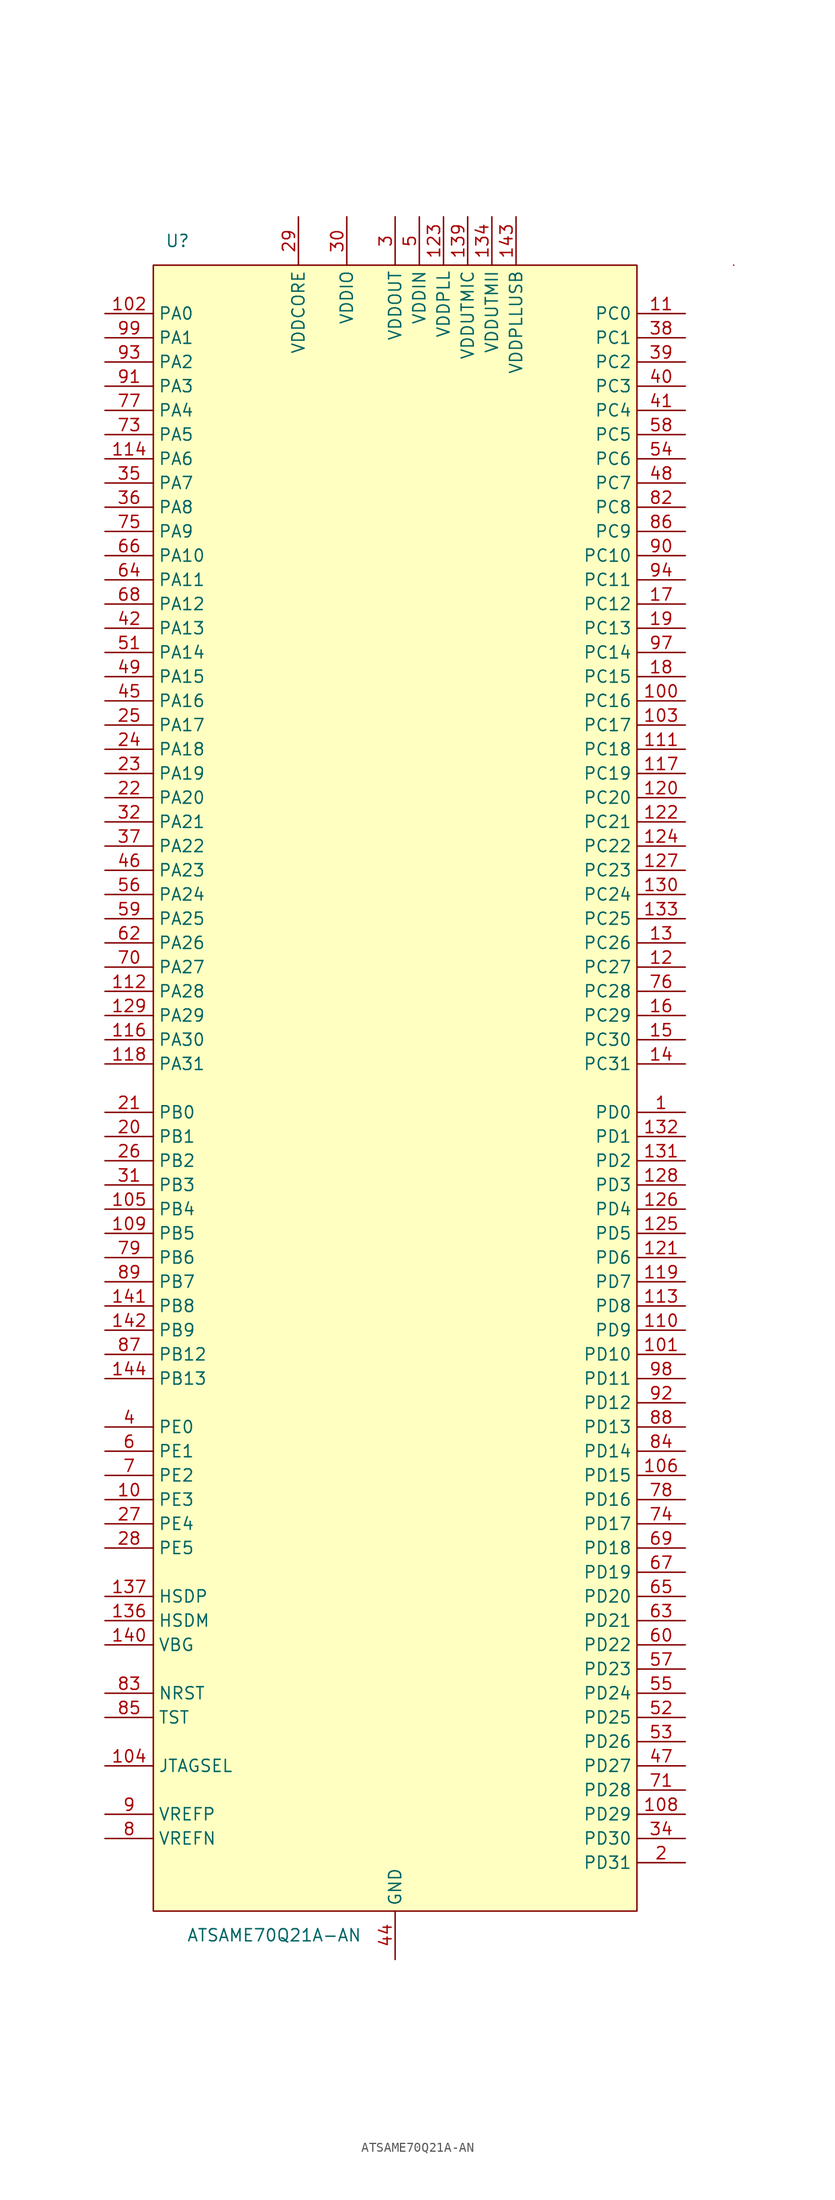
<source format=kicad_sym>
(kicad_symbol_lib
  (version 20201005)
  (generator kicad_symbol_editor)
  (symbol "ATSAME70Q21A-AN"
    (property "Reference" "U"
      (at -22.86 88.9 0)
      (effects (font (size 1.27 1.27))))
    (property "Value" "ATSAME70Q21A-AN"
      (at -12.7 -88.9 0)
      (effects (font (size 1.27 1.27))))
    (symbol "ATSAME70Q21A-AN_0_1"
      (rectangle (start 35.56 86.36) (end 35.56 86.36) (stroke (width 0)) (fill (type none)))
      (rectangle (start 25.4 86.36) (end -25.4 -86.36) (stroke (width 0)) (fill (type background))))
    (symbol "ATSAME70Q21A-AN_1_1"
      (pin bidirectional line (at 30.48 -2.54 180) (length 5.08) (name "PD0" (effects (font (size 1.27 1.27)))) (number "1" (effects (font (size 1.27 1.27)))))
      (pin bidirectional line (at -30.48 -43.18 0) (length 5.08) (name "PE3" (effects (font (size 1.27 1.27)))) (number "10" (effects (font (size 1.27 1.27)))))
      (pin bidirectional line (at 30.48 40.64 180) (length 5.08) (name "PC16" (effects (font (size 1.27 1.27)))) (number "100" (effects (font (size 1.27 1.27)))))
      (pin bidirectional line (at 30.48 -27.94 180) (length 5.08) (name "PD10" (effects (font (size 1.27 1.27)))) (number "101" (effects (font (size 1.27 1.27)))))
      (pin bidirectional line (at -30.48 81.28 0) (length 5.08) (name "PA0" (effects (font (size 1.27 1.27)))) (number "102" (effects (font (size 1.27 1.27)))))
      (pin bidirectional line (at 30.48 38.1 180) (length 5.08) (name "PC17" (effects (font (size 1.27 1.27)))) (number "103" (effects (font (size 1.27 1.27)))))
      (pin input line (at -30.48 -71.12 0) (length 5.08) (name "JTAGSEL" (effects (font (size 1.27 1.27)))) (number "104" (effects (font (size 1.27 1.27)))))
      (pin bidirectional line (at -30.48 -12.7 0) (length 5.08) (name "PB4" (effects (font (size 1.27 1.27)))) (number "105" (effects (font (size 1.27 1.27)))))
      (pin bidirectional line (at 30.48 -40.64 180) (length 5.08) (name "PD15" (effects (font (size 1.27 1.27)))) (number "106" (effects (font (size 1.27 1.27)))))
      (pin passive line (at -10.16 91.44 270) (length 5.08) hide (name "VDDCORE" (effects (font (size 1.27 1.27)))) (number "107" (effects (font (size 1.27 1.27)))))
      (pin bidirectional line (at 30.48 -76.2 180) (length 5.08) (name "PD29" (effects (font (size 1.27 1.27)))) (number "108" (effects (font (size 1.27 1.27)))))
      (pin bidirectional line (at -30.48 -15.24 0) (length 5.08) (name "PB5" (effects (font (size 1.27 1.27)))) (number "109" (effects (font (size 1.27 1.27)))))
      (pin bidirectional line (at 30.48 81.28 180) (length 5.08) (name "PC0" (effects (font (size 1.27 1.27)))) (number "11" (effects (font (size 1.27 1.27)))))
      (pin bidirectional line (at 30.48 -25.4 180) (length 5.08) (name "PD9" (effects (font (size 1.27 1.27)))) (number "110" (effects (font (size 1.27 1.27)))))
      (pin bidirectional line (at 30.48 35.56 180) (length 5.08) (name "PC18" (effects (font (size 1.27 1.27)))) (number "111" (effects (font (size 1.27 1.27)))))
      (pin bidirectional line (at -30.48 10.16 0) (length 5.08) (name "PA28" (effects (font (size 1.27 1.27)))) (number "112" (effects (font (size 1.27 1.27)))))
      (pin bidirectional line (at 30.48 -22.86 180) (length 5.08) (name "PD8" (effects (font (size 1.27 1.27)))) (number "113" (effects (font (size 1.27 1.27)))))
      (pin bidirectional line (at -30.48 66.04 0) (length 5.08) (name "PA6" (effects (font (size 1.27 1.27)))) (number "114" (effects (font (size 1.27 1.27)))))
      (pin passive line (at 0 -91.44 90) (length 5.08) hide (name "GND" (effects (font (size 1.27 1.27)))) (number "115" (effects (font (size 1.27 1.27)))))
      (pin bidirectional line (at -30.48 5.08 0) (length 5.08) (name "PA30" (effects (font (size 1.27 1.27)))) (number "116" (effects (font (size 1.27 1.27)))))
      (pin bidirectional line (at 30.48 33.02 180) (length 5.08) (name "PC19" (effects (font (size 1.27 1.27)))) (number "117" (effects (font (size 1.27 1.27)))))
      (pin bidirectional line (at -30.48 2.54 0) (length 5.08) (name "PA31" (effects (font (size 1.27 1.27)))) (number "118" (effects (font (size 1.27 1.27)))))
      (pin bidirectional line (at 30.48 -20.32 180) (length 5.08) (name "PD7" (effects (font (size 1.27 1.27)))) (number "119" (effects (font (size 1.27 1.27)))))
      (pin bidirectional line (at 30.48 12.7 180) (length 5.08) (name "PC27" (effects (font (size 1.27 1.27)))) (number "12" (effects (font (size 1.27 1.27)))))
      (pin bidirectional line (at 30.48 30.48 180) (length 5.08) (name "PC20" (effects (font (size 1.27 1.27)))) (number "120" (effects (font (size 1.27 1.27)))))
      (pin bidirectional line (at 30.48 -17.78 180) (length 5.08) (name "PD6" (effects (font (size 1.27 1.27)))) (number "121" (effects (font (size 1.27 1.27)))))
      (pin bidirectional line (at 30.48 27.94 180) (length 5.08) (name "PC21" (effects (font (size 1.27 1.27)))) (number "122" (effects (font (size 1.27 1.27)))))
      (pin power_in line (at 5.08 91.44 270) (length 5.08) (name "VDDPLL" (effects (font (size 1.27 1.27)))) (number "123" (effects (font (size 1.27 1.27)))))
      (pin bidirectional line (at 30.48 25.4 180) (length 5.08) (name "PC22" (effects (font (size 1.27 1.27)))) (number "124" (effects (font (size 1.27 1.27)))))
      (pin bidirectional line (at 30.48 -15.24 180) (length 5.08) (name "PD5" (effects (font (size 1.27 1.27)))) (number "125" (effects (font (size 1.27 1.27)))))
      (pin bidirectional line (at 30.48 -12.7 180) (length 5.08) (name "PD4" (effects (font (size 1.27 1.27)))) (number "126" (effects (font (size 1.27 1.27)))))
      (pin bidirectional line (at 30.48 22.86 180) (length 5.08) (name "PC23" (effects (font (size 1.27 1.27)))) (number "127" (effects (font (size 1.27 1.27)))))
      (pin bidirectional line (at 30.48 -10.16 180) (length 5.08) (name "PD3" (effects (font (size 1.27 1.27)))) (number "128" (effects (font (size 1.27 1.27)))))
      (pin bidirectional line (at -30.48 7.62 0) (length 5.08) (name "PA29" (effects (font (size 1.27 1.27)))) (number "129" (effects (font (size 1.27 1.27)))))
      (pin bidirectional line (at 30.48 15.24 180) (length 5.08) (name "PC26" (effects (font (size 1.27 1.27)))) (number "13" (effects (font (size 1.27 1.27)))))
      (pin bidirectional line (at 30.48 20.32 180) (length 5.08) (name "PC24" (effects (font (size 1.27 1.27)))) (number "130" (effects (font (size 1.27 1.27)))))
      (pin bidirectional line (at 30.48 -7.62 180) (length 5.08) (name "PD2" (effects (font (size 1.27 1.27)))) (number "131" (effects (font (size 1.27 1.27)))))
      (pin bidirectional line (at 30.48 -5.08 180) (length 5.08) (name "PD1" (effects (font (size 1.27 1.27)))) (number "132" (effects (font (size 1.27 1.27)))))
      (pin bidirectional line (at 30.48 17.78 180) (length 5.08) (name "PC25" (effects (font (size 1.27 1.27)))) (number "133" (effects (font (size 1.27 1.27)))))
      (pin power_in line (at 10.16 91.44 270) (length 5.08) (name "VDDUTMII" (effects (font (size 1.27 1.27)))) (number "134" (effects (font (size 1.27 1.27)))))
      (pin passive line (at 0 -91.44 90) (length 5.08) hide (name "GND" (effects (font (size 1.27 1.27)))) (number "135" (effects (font (size 1.27 1.27)))))
      (pin bidirectional line (at -30.48 -55.88 0) (length 5.08) (name "HSDM" (effects (font (size 1.27 1.27)))) (number "136" (effects (font (size 1.27 1.27)))))
      (pin bidirectional line (at -30.48 -53.34 0) (length 5.08) (name "HSDP" (effects (font (size 1.27 1.27)))) (number "137" (effects (font (size 1.27 1.27)))))
      (pin passive line (at 0 -91.44 90) (length 5.08) hide (name "GND" (effects (font (size 1.27 1.27)))) (number "138" (effects (font (size 1.27 1.27)))))
      (pin power_in line (at 7.62 91.44 270) (length 5.08) (name "VDDUTMIC" (effects (font (size 1.27 1.27)))) (number "139" (effects (font (size 1.27 1.27)))))
      (pin bidirectional line (at 30.48 2.54 180) (length 5.08) (name "PC31" (effects (font (size 1.27 1.27)))) (number "14" (effects (font (size 1.27 1.27)))))
      (pin input line (at -30.48 -58.42 0) (length 5.08) (name "VBG" (effects (font (size 1.27 1.27)))) (number "140" (effects (font (size 1.27 1.27)))))
      (pin bidirectional line (at -30.48 -22.86 0) (length 5.08) (name "PB8" (effects (font (size 1.27 1.27)))) (number "141" (effects (font (size 1.27 1.27)))))
      (pin bidirectional line (at -30.48 -25.4 0) (length 5.08) (name "PB9" (effects (font (size 1.27 1.27)))) (number "142" (effects (font (size 1.27 1.27)))))
      (pin power_in line (at 12.7 91.44 270) (length 5.08) (name "VDDPLLUSB" (effects (font (size 1.27 1.27)))) (number "143" (effects (font (size 1.27 1.27)))))
      (pin bidirectional line (at -30.48 -30.48 0) (length 5.08) (name "PB13" (effects (font (size 1.27 1.27)))) (number "144" (effects (font (size 1.27 1.27)))))
      (pin bidirectional line (at 30.48 5.08 180) (length 5.08) (name "PC30" (effects (font (size 1.27 1.27)))) (number "15" (effects (font (size 1.27 1.27)))))
      (pin bidirectional line (at 30.48 7.62 180) (length 5.08) (name "PC29" (effects (font (size 1.27 1.27)))) (number "16" (effects (font (size 1.27 1.27)))))
      (pin bidirectional line (at 30.48 50.8 180) (length 5.08) (name "PC12" (effects (font (size 1.27 1.27)))) (number "17" (effects (font (size 1.27 1.27)))))
      (pin bidirectional line (at 30.48 43.18 180) (length 5.08) (name "PC15" (effects (font (size 1.27 1.27)))) (number "18" (effects (font (size 1.27 1.27)))))
      (pin bidirectional line (at 30.48 48.26 180) (length 5.08) (name "PC13" (effects (font (size 1.27 1.27)))) (number "19" (effects (font (size 1.27 1.27)))))
      (pin bidirectional line (at 30.48 -81.28 180) (length 5.08) (name "PD31" (effects (font (size 1.27 1.27)))) (number "2" (effects (font (size 1.27 1.27)))))
      (pin bidirectional line (at -30.48 -5.08 0) (length 5.08) (name "PB1" (effects (font (size 1.27 1.27)))) (number "20" (effects (font (size 1.27 1.27)))))
      (pin bidirectional line (at -30.48 -2.54 0) (length 5.08) (name "PB0" (effects (font (size 1.27 1.27)))) (number "21" (effects (font (size 1.27 1.27)))))
      (pin bidirectional line (at -30.48 30.48 0) (length 5.08) (name "PA20" (effects (font (size 1.27 1.27)))) (number "22" (effects (font (size 1.27 1.27)))))
      (pin bidirectional line (at -30.48 33.02 0) (length 5.08) (name "PA19" (effects (font (size 1.27 1.27)))) (number "23" (effects (font (size 1.27 1.27)))))
      (pin bidirectional line (at -30.48 35.56 0) (length 5.08) (name "PA18" (effects (font (size 1.27 1.27)))) (number "24" (effects (font (size 1.27 1.27)))))
      (pin bidirectional line (at -30.48 38.1 0) (length 5.08) (name "PA17" (effects (font (size 1.27 1.27)))) (number "25" (effects (font (size 1.27 1.27)))))
      (pin bidirectional line (at -30.48 -7.62 0) (length 5.08) (name "PB2" (effects (font (size 1.27 1.27)))) (number "26" (effects (font (size 1.27 1.27)))))
      (pin bidirectional line (at -30.48 -45.72 0) (length 5.08) (name "PE4" (effects (font (size 1.27 1.27)))) (number "27" (effects (font (size 1.27 1.27)))))
      (pin bidirectional line (at -30.48 -48.26 0) (length 5.08) (name "PE5" (effects (font (size 1.27 1.27)))) (number "28" (effects (font (size 1.27 1.27)))))
      (pin power_in line (at -10.16 91.44 270) (length 5.08) (name "VDDCORE" (effects (font (size 1.27 1.27)))) (number "29" (effects (font (size 1.27 1.27)))))
      (pin power_in line (at 0 91.44 270) (length 5.08) (name "VDDOUT" (effects (font (size 1.27 1.27)))) (number "3" (effects (font (size 1.27 1.27)))))
      (pin power_in line (at -5.08 91.44 270) (length 5.08) (name "VDDIO" (effects (font (size 1.27 1.27)))) (number "30" (effects (font (size 1.27 1.27)))))
      (pin bidirectional line (at -30.48 -10.16 0) (length 5.08) (name "PB3" (effects (font (size 1.27 1.27)))) (number "31" (effects (font (size 1.27 1.27)))))
      (pin bidirectional line (at -30.48 27.94 0) (length 5.08) (name "PA21" (effects (font (size 1.27 1.27)))) (number "32" (effects (font (size 1.27 1.27)))))
      (pin passive line (at -10.16 91.44 270) (length 5.08) hide (name "VDDCORE" (effects (font (size 1.27 1.27)))) (number "33" (effects (font (size 1.27 1.27)))))
      (pin bidirectional line (at 30.48 -78.74 180) (length 5.08) (name "PD30" (effects (font (size 1.27 1.27)))) (number "34" (effects (font (size 1.27 1.27)))))
      (pin bidirectional line (at -30.48 63.5 0) (length 5.08) (name "PA7" (effects (font (size 1.27 1.27)))) (number "35" (effects (font (size 1.27 1.27)))))
      (pin bidirectional line (at -30.48 60.96 0) (length 5.08) (name "PA8" (effects (font (size 1.27 1.27)))) (number "36" (effects (font (size 1.27 1.27)))))
      (pin bidirectional line (at -30.48 25.4 0) (length 5.08) (name "PA22" (effects (font (size 1.27 1.27)))) (number "37" (effects (font (size 1.27 1.27)))))
      (pin bidirectional line (at 30.48 78.74 180) (length 5.08) (name "PC1" (effects (font (size 1.27 1.27)))) (number "38" (effects (font (size 1.27 1.27)))))
      (pin bidirectional line (at 30.48 76.2 180) (length 5.08) (name "PC2" (effects (font (size 1.27 1.27)))) (number "39" (effects (font (size 1.27 1.27)))))
      (pin bidirectional line (at -30.48 -35.56 0) (length 5.08) (name "PE0" (effects (font (size 1.27 1.27)))) (number "4" (effects (font (size 1.27 1.27)))))
      (pin bidirectional line (at 30.48 73.66 180) (length 5.08) (name "PC3" (effects (font (size 1.27 1.27)))) (number "40" (effects (font (size 1.27 1.27)))))
      (pin bidirectional line (at 30.48 71.12 180) (length 5.08) (name "PC4" (effects (font (size 1.27 1.27)))) (number "41" (effects (font (size 1.27 1.27)))))
      (pin bidirectional line (at -30.48 48.26 0) (length 5.08) (name "PA13" (effects (font (size 1.27 1.27)))) (number "42" (effects (font (size 1.27 1.27)))))
      (pin passive line (at -5.08 91.44 270) (length 5.08) hide (name "VDDIO" (effects (font (size 1.27 1.27)))) (number "43" (effects (font (size 1.27 1.27)))))
      (pin power_in line (at 0 -91.44 90) (length 5.08) (name "GND" (effects (font (size 1.27 1.27)))) (number "44" (effects (font (size 1.27 1.27)))))
      (pin bidirectional line (at -30.48 40.64 0) (length 5.08) (name "PA16" (effects (font (size 1.27 1.27)))) (number "45" (effects (font (size 1.27 1.27)))))
      (pin bidirectional line (at -30.48 22.86 0) (length 5.08) (name "PA23" (effects (font (size 1.27 1.27)))) (number "46" (effects (font (size 1.27 1.27)))))
      (pin bidirectional line (at 30.48 -71.12 180) (length 5.08) (name "PD27" (effects (font (size 1.27 1.27)))) (number "47" (effects (font (size 1.27 1.27)))))
      (pin bidirectional line (at 30.48 63.5 180) (length 5.08) (name "PC7" (effects (font (size 1.27 1.27)))) (number "48" (effects (font (size 1.27 1.27)))))
      (pin bidirectional line (at -30.48 43.18 0) (length 5.08) (name "PA15" (effects (font (size 1.27 1.27)))) (number "49" (effects (font (size 1.27 1.27)))))
      (pin power_in line (at 2.54 91.44 270) (length 5.08) (name "VDDIN" (effects (font (size 1.27 1.27)))) (number "5" (effects (font (size 1.27 1.27)))))
      (pin passive line (at -10.16 91.44 270) (length 5.08) hide (name "VDDCORE" (effects (font (size 1.27 1.27)))) (number "50" (effects (font (size 1.27 1.27)))))
      (pin bidirectional line (at -30.48 45.72 0) (length 5.08) (name "PA14" (effects (font (size 1.27 1.27)))) (number "51" (effects (font (size 1.27 1.27)))))
      (pin bidirectional line (at 30.48 -66.04 180) (length 5.08) (name "PD25" (effects (font (size 1.27 1.27)))) (number "52" (effects (font (size 1.27 1.27)))))
      (pin bidirectional line (at 30.48 -68.58 180) (length 5.08) (name "PD26" (effects (font (size 1.27 1.27)))) (number "53" (effects (font (size 1.27 1.27)))))
      (pin bidirectional line (at 30.48 66.04 180) (length 5.08) (name "PC6" (effects (font (size 1.27 1.27)))) (number "54" (effects (font (size 1.27 1.27)))))
      (pin bidirectional line (at 30.48 -63.5 180) (length 5.08) (name "PD24" (effects (font (size 1.27 1.27)))) (number "55" (effects (font (size 1.27 1.27)))))
      (pin bidirectional line (at -30.48 20.32 0) (length 5.08) (name "PA24" (effects (font (size 1.27 1.27)))) (number "56" (effects (font (size 1.27 1.27)))))
      (pin bidirectional line (at 30.48 -60.96 180) (length 5.08) (name "PD23" (effects (font (size 1.27 1.27)))) (number "57" (effects (font (size 1.27 1.27)))))
      (pin bidirectional line (at 30.48 68.58 180) (length 5.08) (name "PC5" (effects (font (size 1.27 1.27)))) (number "58" (effects (font (size 1.27 1.27)))))
      (pin bidirectional line (at -30.48 17.78 0) (length 5.08) (name "PA25" (effects (font (size 1.27 1.27)))) (number "59" (effects (font (size 1.27 1.27)))))
      (pin bidirectional line (at -30.48 -38.1 0) (length 5.08) (name "PE1" (effects (font (size 1.27 1.27)))) (number "6" (effects (font (size 1.27 1.27)))))
      (pin bidirectional line (at 30.48 -58.42 180) (length 5.08) (name "PD22" (effects (font (size 1.27 1.27)))) (number "60" (effects (font (size 1.27 1.27)))))
      (pin passive line (at 0 -91.44 90) (length 5.08) hide (name "GND" (effects (font (size 1.27 1.27)))) (number "61" (effects (font (size 1.27 1.27)))))
      (pin bidirectional line (at -30.48 15.24 0) (length 5.08) (name "PA26" (effects (font (size 1.27 1.27)))) (number "62" (effects (font (size 1.27 1.27)))))
      (pin bidirectional line (at 30.48 -55.88 180) (length 5.08) (name "PD21" (effects (font (size 1.27 1.27)))) (number "63" (effects (font (size 1.27 1.27)))))
      (pin bidirectional line (at -30.48 53.34 0) (length 5.08) (name "PA11" (effects (font (size 1.27 1.27)))) (number "64" (effects (font (size 1.27 1.27)))))
      (pin bidirectional line (at 30.48 -53.34 180) (length 5.08) (name "PD20" (effects (font (size 1.27 1.27)))) (number "65" (effects (font (size 1.27 1.27)))))
      (pin bidirectional line (at -30.48 55.88 0) (length 5.08) (name "PA10" (effects (font (size 1.27 1.27)))) (number "66" (effects (font (size 1.27 1.27)))))
      (pin bidirectional line (at 30.48 -50.8 180) (length 5.08) (name "PD19" (effects (font (size 1.27 1.27)))) (number "67" (effects (font (size 1.27 1.27)))))
      (pin bidirectional line (at -30.48 50.8 0) (length 5.08) (name "PA12" (effects (font (size 1.27 1.27)))) (number "68" (effects (font (size 1.27 1.27)))))
      (pin bidirectional line (at 30.48 -48.26 180) (length 5.08) (name "PD18" (effects (font (size 1.27 1.27)))) (number "69" (effects (font (size 1.27 1.27)))))
      (pin bidirectional line (at -30.48 -40.64 0) (length 5.08) (name "PE2" (effects (font (size 1.27 1.27)))) (number "7" (effects (font (size 1.27 1.27)))))
      (pin bidirectional line (at -30.48 12.7 0) (length 5.08) (name "PA27" (effects (font (size 1.27 1.27)))) (number "70" (effects (font (size 1.27 1.27)))))
      (pin bidirectional line (at 30.48 -73.66 180) (length 5.08) (name "PD28" (effects (font (size 1.27 1.27)))) (number "71" (effects (font (size 1.27 1.27)))))
      (pin passive line (at -5.08 91.44 270) (length 5.08) hide (name "VDDIO" (effects (font (size 1.27 1.27)))) (number "72" (effects (font (size 1.27 1.27)))))
      (pin bidirectional line (at -30.48 68.58 0) (length 5.08) (name "PA5" (effects (font (size 1.27 1.27)))) (number "73" (effects (font (size 1.27 1.27)))))
      (pin bidirectional line (at 30.48 -45.72 180) (length 5.08) (name "PD17" (effects (font (size 1.27 1.27)))) (number "74" (effects (font (size 1.27 1.27)))))
      (pin bidirectional line (at -30.48 58.42 0) (length 5.08) (name "PA9" (effects (font (size 1.27 1.27)))) (number "75" (effects (font (size 1.27 1.27)))))
      (pin bidirectional line (at 30.48 10.16 180) (length 5.08) (name "PC28" (effects (font (size 1.27 1.27)))) (number "76" (effects (font (size 1.27 1.27)))))
      (pin bidirectional line (at -30.48 71.12 0) (length 5.08) (name "PA4" (effects (font (size 1.27 1.27)))) (number "77" (effects (font (size 1.27 1.27)))))
      (pin bidirectional line (at 30.48 -43.18 180) (length 5.08) (name "PD16" (effects (font (size 1.27 1.27)))) (number "78" (effects (font (size 1.27 1.27)))))
      (pin bidirectional line (at -30.48 -17.78 0) (length 5.08) (name "PB6" (effects (font (size 1.27 1.27)))) (number "79" (effects (font (size 1.27 1.27)))))
      (pin bidirectional line (at -30.48 -78.74 0) (length 5.08) (name "VREFN" (effects (font (size 1.27 1.27)))) (number "8" (effects (font (size 1.27 1.27)))))
      (pin passive line (at -5.08 91.44 270) (length 5.08) hide (name "VDDIO" (effects (font (size 1.27 1.27)))) (number "80" (effects (font (size 1.27 1.27)))))
      (pin passive line (at -10.16 91.44 270) (length 5.08) hide (name "VDDCORE" (effects (font (size 1.27 1.27)))) (number "81" (effects (font (size 1.27 1.27)))))
      (pin bidirectional line (at 30.48 60.96 180) (length 5.08) (name "PC8" (effects (font (size 1.27 1.27)))) (number "82" (effects (font (size 1.27 1.27)))))
      (pin bidirectional line (at -30.48 -63.5 0) (length 5.08) (name "NRST" (effects (font (size 1.27 1.27)))) (number "83" (effects (font (size 1.27 1.27)))))
      (pin bidirectional line (at 30.48 -38.1 180) (length 5.08) (name "PD14" (effects (font (size 1.27 1.27)))) (number "84" (effects (font (size 1.27 1.27)))))
      (pin input line (at -30.48 -66.04 0) (length 5.08) (name "TST" (effects (font (size 1.27 1.27)))) (number "85" (effects (font (size 1.27 1.27)))))
      (pin bidirectional line (at 30.48 58.42 180) (length 5.08) (name "PC9" (effects (font (size 1.27 1.27)))) (number "86" (effects (font (size 1.27 1.27)))))
      (pin bidirectional line (at -30.48 -27.94 0) (length 5.08) (name "PB12" (effects (font (size 1.27 1.27)))) (number "87" (effects (font (size 1.27 1.27)))))
      (pin bidirectional line (at 30.48 -35.56 180) (length 5.08) (name "PD13" (effects (font (size 1.27 1.27)))) (number "88" (effects (font (size 1.27 1.27)))))
      (pin bidirectional line (at -30.48 -20.32 0) (length 5.08) (name "PB7" (effects (font (size 1.27 1.27)))) (number "89" (effects (font (size 1.27 1.27)))))
      (pin input line (at -30.48 -76.2 0) (length 5.08) (name "VREFP" (effects (font (size 1.27 1.27)))) (number "9" (effects (font (size 1.27 1.27)))))
      (pin bidirectional line (at 30.48 55.88 180) (length 5.08) (name "PC10" (effects (font (size 1.27 1.27)))) (number "90" (effects (font (size 1.27 1.27)))))
      (pin bidirectional line (at -30.48 73.66 0) (length 5.08) (name "PA3" (effects (font (size 1.27 1.27)))) (number "91" (effects (font (size 1.27 1.27)))))
      (pin bidirectional line (at 30.48 -33.02 180) (length 5.08) (name "PD12" (effects (font (size 1.27 1.27)))) (number "92" (effects (font (size 1.27 1.27)))))
      (pin bidirectional line (at -30.48 76.2 0) (length 5.08) (name "PA2" (effects (font (size 1.27 1.27)))) (number "93" (effects (font (size 1.27 1.27)))))
      (pin bidirectional line (at 30.48 53.34 180) (length 5.08) (name "PC11" (effects (font (size 1.27 1.27)))) (number "94" (effects (font (size 1.27 1.27)))))
      (pin passive line (at 0 -91.44 90) (length 5.08) hide (name "GND" (effects (font (size 1.27 1.27)))) (number "95" (effects (font (size 1.27 1.27)))))
      (pin passive line (at -5.08 91.44 270) (length 5.08) hide (name "VDDIO" (effects (font (size 1.27 1.27)))) (number "96" (effects (font (size 1.27 1.27)))))
      (pin bidirectional line (at 30.48 45.72 180) (length 5.08) (name "PC14" (effects (font (size 1.27 1.27)))) (number "97" (effects (font (size 1.27 1.27)))))
      (pin bidirectional line (at 30.48 -30.48 180) (length 5.08) (name "PD11" (effects (font (size 1.27 1.27)))) (number "98" (effects (font (size 1.27 1.27)))))
      (pin bidirectional line (at -30.48 78.74 0) (length 5.08) (name "PA1" (effects (font (size 1.27 1.27)))) (number "99" (effects (font (size 1.27 1.27))))))))
</source>
